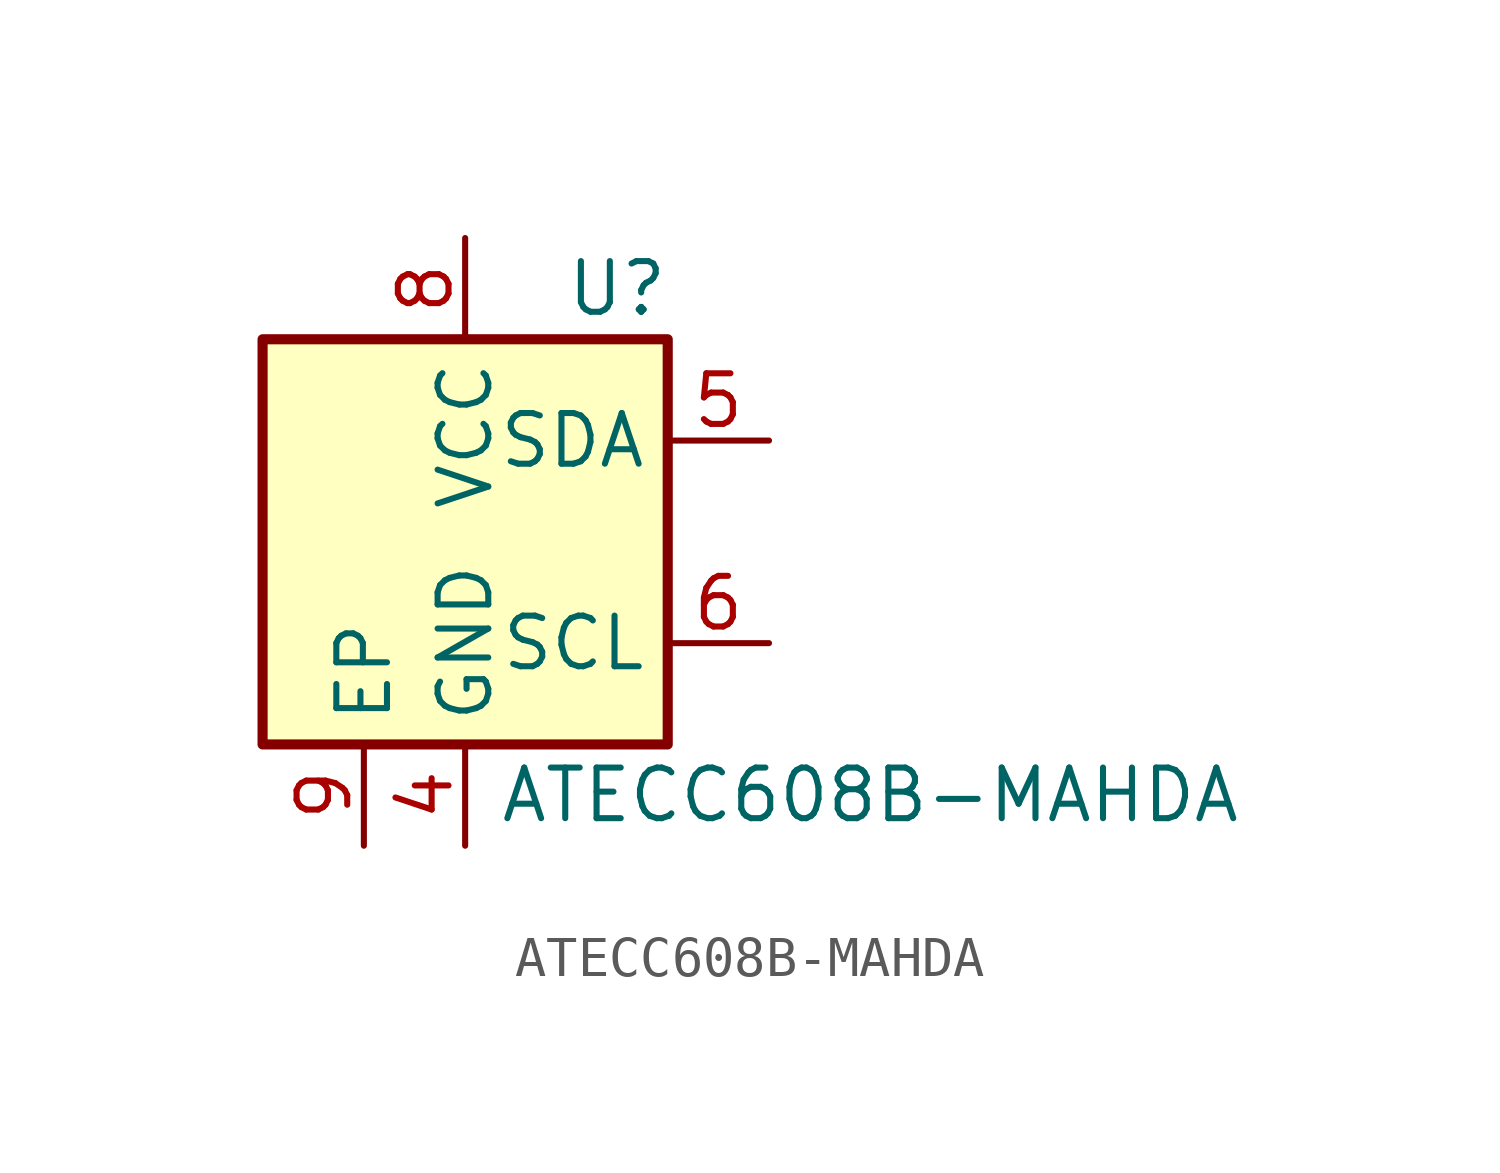
<source format=kicad_sym>
(kicad_symbol_lib
  (version 20211014)
  (generator kicad_symbol_editor)
  (symbol "ATECC608B-MAHDA"
    (property "Reference" "U"
      (at 3.81 6.35 0)
      (effects (font (size 1.27 1.27))))
    (property "Value" "ATECC608B-MAHDA"
      (at 10.16 -6.35 0)
      (effects (font (size 1.27 1.27))))
    (symbol "ATECC608B-MAHDA_0_1"
      (rectangle (start -5.08 5.08) (end 5.08 -5.08) (stroke (width 0.254) (type default) (color 0 0 0 0)) (fill (type background))))
    (symbol "ATECC608B-MAHDA_1_1"
      (pin power_in line (at 0 -7.62 90) (length 2.54) (name "GND" (effects (font (size 1.27 1.27)))) (number "4" (effects (font (size 1.27 1.27)))))
      (pin bidirectional line (at 7.62 2.54 180) (length 2.54) (name "SDA" (effects (font (size 1.27 1.27)))) (number "5" (effects (font (size 1.27 1.27)))))
      (pin input line (at 7.62 -2.54 180) (length 2.54) (name "SCL" (effects (font (size 1.27 1.27)))) (number "6" (effects (font (size 1.27 1.27)))))
      (pin power_in line (at 0 7.62 270) (length 2.54) (name "VCC" (effects (font (size 1.27 1.27)))) (number "8" (effects (font (size 1.27 1.27)))))
      (pin input line (at -2.54 -7.62 90) (length 2.54) (name "EP" (effects (font (size 1.27 1.27)))) (number "9" (effects (font (size 1.27 1.27))))))))
</source>
